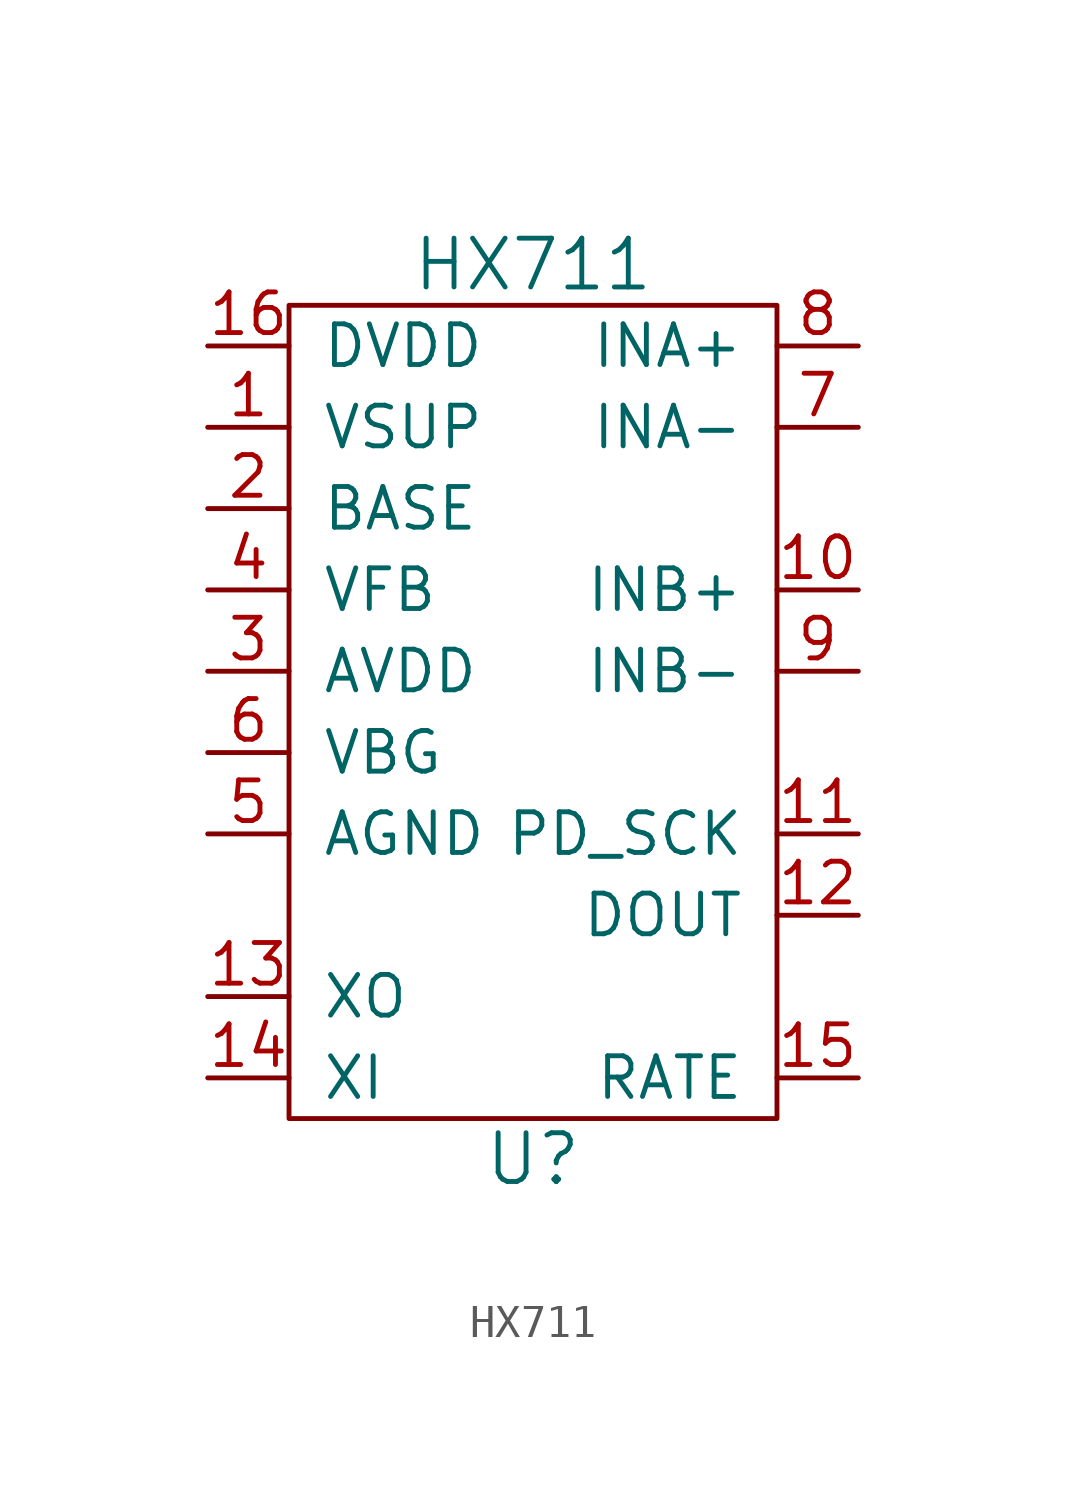
<source format=kicad_sym>
(kicad_symbol_lib
  (version 20211014)
  (generator kicad_symbol_editor)
  (symbol "HX711"
    (pin_names
      (offset 1.016))
    (property "Reference" "U"
      (at 0 -15.24 0)
      (effects (font (size 1.524 1.524))))
    (property "Value" "HX711"
      (at 0 12.7 0)
      (effects (font (size 1.524 1.524))))
    (symbol "HX711_0_1"
      (polyline (pts (xy -7.62 11.43) (xy -7.62 -13.97) (xy 7.62 -13.97) (xy 7.62 11.43) (xy -7.62 11.43)) (stroke (width 0) (type default) (color 0 0 0 0)) (fill (type none))))
    (symbol "HX711_1_1"
      (pin power_in line (at -10.16 7.62 0) (length 2.54) (name "VSUP" (effects (font (size 1.27 1.27)))) (number "1" (effects (font (size 1.27 1.27)))))
      (pin input line (at 10.16 2.54 180) (length 2.54) (name "INB+" (effects (font (size 1.27 1.27)))) (number "10" (effects (font (size 1.27 1.27)))))
      (pin input line (at 10.16 -5.08 180) (length 2.54) (name "PD_SCK" (effects (font (size 1.27 1.27)))) (number "11" (effects (font (size 1.27 1.27)))))
      (pin output line (at 10.16 -7.62 180) (length 2.54) (name "DOUT" (effects (font (size 1.27 1.27)))) (number "12" (effects (font (size 1.27 1.27)))))
      (pin output line (at -10.16 -10.16 0) (length 2.54) (name "XO" (effects (font (size 1.27 1.27)))) (number "13" (effects (font (size 1.27 1.27)))))
      (pin input line (at -10.16 -12.7 0) (length 2.54) (name "XI" (effects (font (size 1.27 1.27)))) (number "14" (effects (font (size 1.27 1.27)))))
      (pin input line (at 10.16 -12.7 180) (length 2.54) (name "RATE" (effects (font (size 1.27 1.27)))) (number "15" (effects (font (size 1.27 1.27)))))
      (pin power_in line (at -10.16 10.16 0) (length 2.54) (name "DVDD" (effects (font (size 1.27 1.27)))) (number "16" (effects (font (size 1.27 1.27)))))
      (pin output line (at -10.16 5.08 0) (length 2.54) (name "BASE" (effects (font (size 1.27 1.27)))) (number "2" (effects (font (size 1.27 1.27)))))
      (pin power_in line (at -10.16 0 0) (length 2.54) (name "AVDD" (effects (font (size 1.27 1.27)))) (number "3" (effects (font (size 1.27 1.27)))))
      (pin input line (at -10.16 2.54 0) (length 2.54) (name "VFB" (effects (font (size 1.27 1.27)))) (number "4" (effects (font (size 1.27 1.27)))))
      (pin power_in line (at -10.16 -5.08 0) (length 2.54) (name "AGND" (effects (font (size 1.27 1.27)))) (number "5" (effects (font (size 1.27 1.27)))))
      (pin output line (at -10.16 -2.54 0) (length 2.54) (name "VBG" (effects (font (size 1.27 1.27)))) (number "6" (effects (font (size 1.27 1.27)))))
      (pin input line (at 10.16 7.62 180) (length 2.54) (name "INA-" (effects (font (size 1.27 1.27)))) (number "7" (effects (font (size 1.27 1.27)))))
      (pin input line (at 10.16 10.16 180) (length 2.54) (name "INA+" (effects (font (size 1.27 1.27)))) (number "8" (effects (font (size 1.27 1.27)))))
      (pin input line (at 10.16 0 180) (length 2.54) (name "INB-" (effects (font (size 1.27 1.27)))) (number "9" (effects (font (size 1.27 1.27))))))))
</source>
